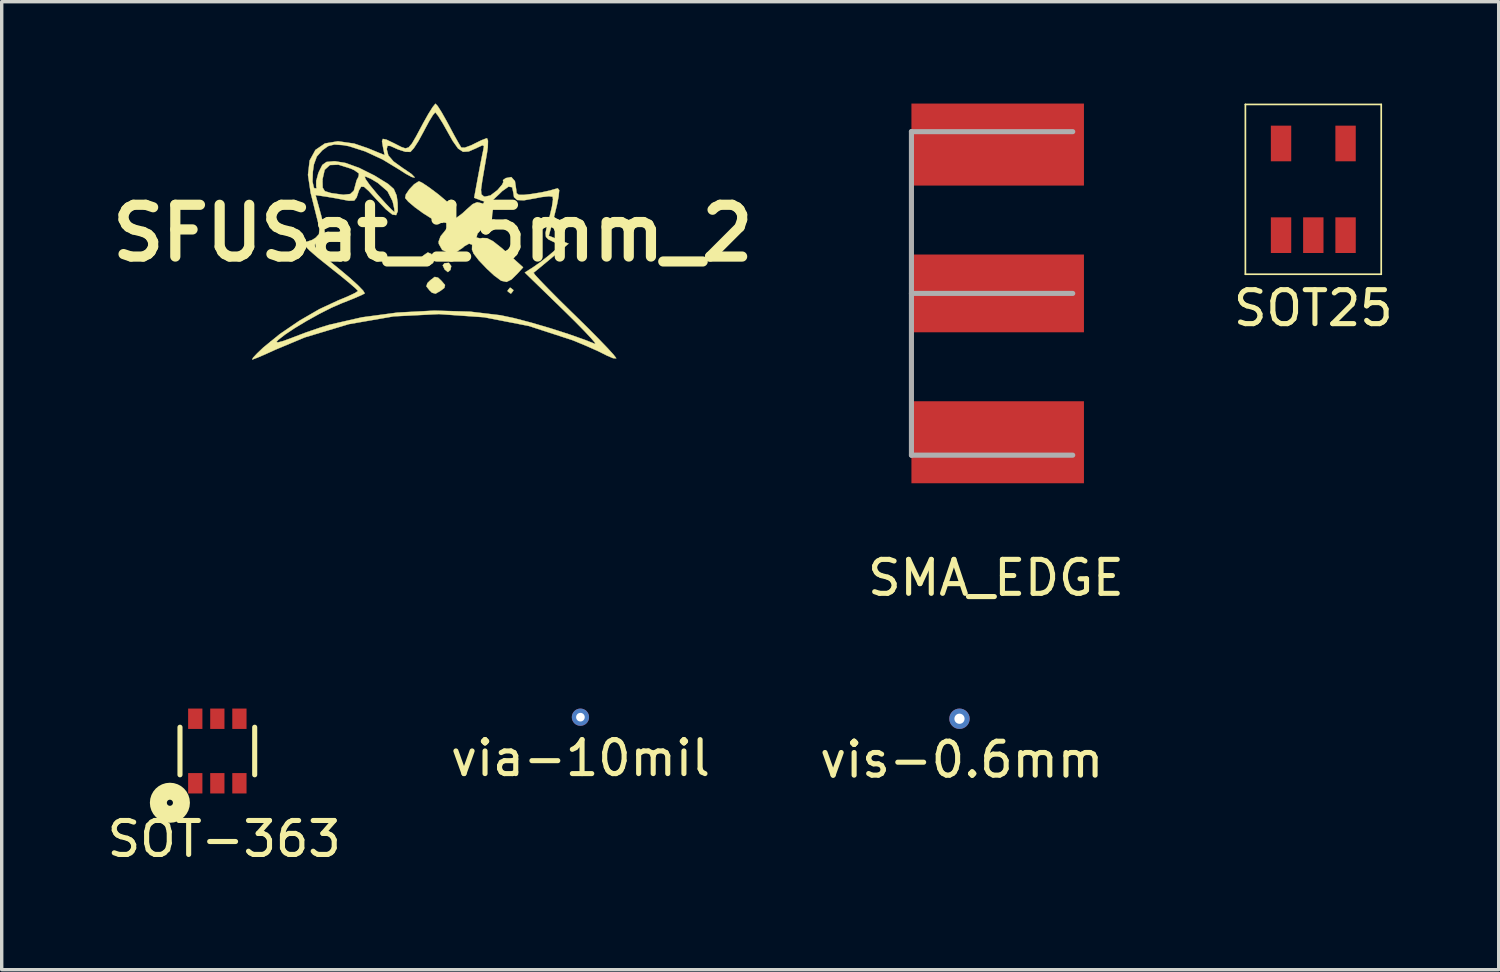
<source format=kicad_pcb>
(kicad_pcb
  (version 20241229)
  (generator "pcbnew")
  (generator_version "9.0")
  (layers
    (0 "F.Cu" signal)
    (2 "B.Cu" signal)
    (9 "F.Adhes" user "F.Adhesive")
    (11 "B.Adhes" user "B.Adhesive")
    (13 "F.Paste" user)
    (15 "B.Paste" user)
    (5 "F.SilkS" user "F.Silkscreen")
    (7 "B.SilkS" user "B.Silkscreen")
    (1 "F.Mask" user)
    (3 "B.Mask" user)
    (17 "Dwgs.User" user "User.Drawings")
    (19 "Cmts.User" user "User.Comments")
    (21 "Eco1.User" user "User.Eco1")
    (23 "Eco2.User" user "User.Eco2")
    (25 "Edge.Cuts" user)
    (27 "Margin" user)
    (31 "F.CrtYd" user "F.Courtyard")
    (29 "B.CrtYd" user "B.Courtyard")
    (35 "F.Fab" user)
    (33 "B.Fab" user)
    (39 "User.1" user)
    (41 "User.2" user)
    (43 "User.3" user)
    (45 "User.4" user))
  (footprint "vis-0.6mm"
    (layer "F.Cu")
    (at 25.204 18.115)
    (property "Reference" "vis-0.6mm" (at 0.064 1.206 0) (layer "F.SilkS") (effects (font (size 1 1) (thickness 0.15))))
    (attr through_hole)
    (pad "1" thru_hole circle (at 0 0) (size 0.6 0.6) (drill 0.3) (layers "*.Cu")))
  (footprint "SOT25"
    (layer "F.Cu")
    (at 35.623 2.525)
    (property "Reference" "SOT25" (at 0 3.5 0) (layer "F.SilkS") (effects (font (size 1 1) (thickness 0.15))))
    (attr through_hole)
    (fp_line (start -2 -2.5) (end -2 2.5) (stroke (width 0.05) (type solid)) (layer "F.SilkS"))
    (fp_line (start -2 -2.5) (end 2 -2.5) (stroke (width 0.05) (type solid)) (layer "F.SilkS"))
    (fp_line (start -2 2.5) (end 2 2.5) (stroke (width 0.05) (type solid)) (layer "F.SilkS"))
    (fp_line (start 2 2.5) (end 2 -2.5) (stroke (width 0.05) (type solid)) (layer "F.SilkS"))
    (pad "1" smd rect (at -0.95 1.35) (size 0.6 1.05) (layers "F.Cu" "F.Mask" "F.Paste"))
    (pad "2" smd rect (at 0 1.35) (size 0.6 1.05) (layers "F.Cu" "F.Mask" "F.Paste"))
    (pad "3" smd rect (at 0.95 1.35) (size 0.6 1.05) (layers "F.Cu" "F.Mask" "F.Paste"))
    (pad "4" smd rect (at 0.95 -1.35) (size 0.6 1.05) (layers "F.Cu" "F.Mask" "F.Paste"))
    (pad "5" smd rect (at -0.95 -1.35) (size 0.6 1.05) (layers "F.Cu" "F.Mask" "F.Paste")))
  (footprint "SMA_EDGE"
    (layer "F.Cu")
    (at 23.789 5.59)
    (property "Reference" "SMA_EDGE" (at 2.489 8.377 0) (layer "F.SilkS") (effects (font (size 1 1) (thickness 0.15))))
    (attr through_hole)
    (fp_line (start 0 -4.765) (end 0 4.765) (stroke (width 0.15) (type solid)) (layer "F.Fab"))
    (fp_line (start 0 -4.763) (end 4.75 -4.763) (stroke (width 0.15) (type solid)) (layer "F.Fab"))
    (fp_line (start 0 0) (end 4.75 0) (stroke (width 0.15) (type solid)) (layer "F.Fab"))
    (fp_line (start 0 4.763) (end 4.75 4.763) (stroke (width 0.15) (type solid)) (layer "F.Fab"))
    (pad "1" smd rect (at 2.54 0) (size 5.08 2.29) (layers "F.Cu" "F.Mask" "F.Paste"))
    (pad "2" smd rect (at 2.54 -4.383) (size 5.08 2.415) (layers "F.Cu" "F.Mask" "F.Paste"))
    (pad "2" smd rect (at 2.54 4.383) (size 5.08 2.415) (layers "F.Cu" "F.Mask" "F.Paste")))
  (footprint "SFUSat_15mm_2"
    (layer "F.Cu")
    (at 9.696 3.815)
    (property "Reference" "SFUSat_15mm_2" (at 0 0 0) (layer "F.SilkS") (effects (font (size 1.524 1.524) (thickness 0.3))))
    (attr through_hole)
    (fp_poly (pts (xy 0.542 0.97) (xy 0.518 1.084) (xy 0.442 1.147) (xy 0.348 1.07) (xy 0.291 0.948) (xy 0.342 0.887) (xy 0.471 0.875) (xy 0.542 0.97)) (stroke (width 0.01) (type solid)) (fill yes) (layer "F.SilkS"))
    (fp_poly (pts (xy 2.368 1.673) (xy 2.371 1.693) (xy 2.306 1.776) (xy 2.286 1.778) (xy 2.204 1.714) (xy 2.201 1.693) (xy 2.266 1.611) (xy 2.286 1.609) (xy 2.368 1.673)) (stroke (width 0.01) (type solid)) (fill yes) (layer "F.SilkS"))
    (fp_poly (pts (xy -0.051 0.609) (xy -0.011 0.651) (xy 0.063 0.771) (xy -0.000404 0.881) (xy -0.011 0.891) (xy -0.131 0.963) (xy -0.268 0.901) (xy -0.274 0.896) (xy -0.375 0.803) (xy -0.344 0.72) (xy -0.274 0.655) (xy -0.148 0.569) (xy -0.051 0.609)) (stroke (width 0.01) (type solid)) (fill yes) (layer "F.SilkS"))
    (fp_poly (pts (xy 0.153 1.31) (xy 0.251 1.402) (xy 0.359 1.528) (xy 0.34 1.611) (xy 0.227 1.698) (xy 0.08 1.783) (xy -0.026 1.754) (xy -0.099 1.684) (xy -0.191 1.566) (xy -0.16 1.471) (xy -0.075 1.388) (xy 0.055 1.289) (xy 0.153 1.31)) (stroke (width 0.01) (type solid)) (fill yes) (layer "F.SilkS"))
    (fp_poly (pts (xy -0.302 -1.475) (xy -0.11 -1.346) (xy 0.135 -1.163) (xy 0.167 -1.138) (xy 0.437 -0.911) (xy 0.582 -0.746) (xy 0.621 -0.619) (xy 0.616 -0.587) (xy 0.608 -0.451) (xy 0.692 -0.449) (xy 0.871 -0.582) (xy 0.989 -0.692) (xy 1.172 -0.854) (xy 1.304 -0.91) (xy 1.442 -0.879) (xy 1.48 -0.863) (xy 1.653 -0.711) (xy 1.684 -0.502) (xy 1.572 -0.267) (xy 1.482 -0.169) (xy 1.314 0.017) (xy 1.284 0.129) (xy 1.39 0.155) (xy 1.46 0.143) (xy 1.597 0.149) (xy 1.773 0.239) (xy 2.017 0.431) (xy 2.155 0.552) (xy 2.659 1.008) (xy 2.494 1.189) (xy 2.318 1.364) (xy 2.17 1.437) (xy 2.013 1.402) (xy 1.809 1.252) (xy 1.589 1.048) (xy 1.355 0.803) (xy 1.201 0.604) (xy 1.151 0.479) (xy 1.153 0.471) (xy 1.157 0.341) (xy 1.066 0.31) (xy 0.926 0.387) (xy 0.887 0.425) (xy 0.682 0.562) (xy 0.461 0.581) (xy 0.275 0.494) (xy 0.175 0.315) (xy 0.169 0.25) (xy 0.228 0.091) (xy 0.337 -0.041) (xy 0.445 -0.188) (xy 0.437 -0.294) (xy 0.322 -0.315) (xy 0.277 -0.3) (xy 0.159 -0.327) (xy -0.044 -0.433) (xy -0.289 -0.588) (xy -0.53 -0.763) (xy -0.724 -0.928) (xy -0.816 -1.035) (xy -0.795 -1.139) (xy -0.691 -1.292) (xy -0.552 -1.438) (xy -0.425 -1.52) (xy -0.401 -1.524) (xy -0.302 -1.475)) (stroke (width 0.01) (type solid)) (fill yes) (layer "F.SilkS"))
    (fp_poly (pts (xy 0.144 -3.74) (xy 0.261 -3.555) (xy 0.411 -3.289) (xy 0.461 -3.196) (xy 0.617 -2.903) (xy 0.747 -2.67) (xy 0.828 -2.535) (xy 0.839 -2.52) (xy 0.941 -2.517) (xy 1.129 -2.586) (xy 1.209 -2.626) (xy 1.421 -2.731) (xy 1.571 -2.789) (xy 1.596 -2.794) (xy 1.624 -2.719) (xy 1.618 -2.527) (xy 1.596 -2.371) (xy 1.535 -2.011) (xy 1.47 -1.631) (xy 1.453 -1.53) (xy 1.418 -1.278) (xy 1.43 -1.144) (xy 1.497 -1.085) (xy 1.531 -1.074) (xy 1.696 -1.109) (xy 1.899 -1.264) (xy 1.914 -1.28) (xy 2.042 -1.431) (xy 2.081 -1.518) (xy 2.069 -1.527) (xy 2.066 -1.562) (xy 2.148 -1.621) (xy 2.311 -1.651) (xy 2.417 -1.531) (xy 2.454 -1.288) (xy 2.466 -1.178) (xy 2.529 -1.128) (xy 2.684 -1.127) (xy 2.9 -1.152) (xy 3.197 -1.2) (xy 3.453 -1.256) (xy 3.544 -1.284) (xy 3.678 -1.32) (xy 3.721 -1.265) (xy 3.703 -1.081) (xy 3.703 -1.081) (xy 3.655 -0.834) (xy 3.579 -0.52) (xy 3.537 -0.364) (xy 3.413 0.077) (xy 3.705 0.194) (xy 3.997 0.31) (xy 3.502 0.724) (xy 3.26 0.925) (xy 3.071 1.081) (xy 2.971 1.162) (xy 2.965 1.167) (xy 3.011 1.231) (xy 3.162 1.395) (xy 3.4 1.641) (xy 3.708 1.952) (xy 4.07 2.308) (xy 4.185 2.419) (xy 4.559 2.787) (xy 4.884 3.115) (xy 5.144 3.385) (xy 5.321 3.579) (xy 5.398 3.68) (xy 5.399 3.689) (xy 5.304 3.681) (xy 5.124 3.605) (xy 5.069 3.576) (xy 4.854 3.47) (xy 4.541 3.33) (xy 4.189 3.183) (xy 4.106 3.15) (xy 2.824 2.733) (xy 1.51 2.477) (xy 0.179 2.384) (xy -1.153 2.451) (xy -2.474 2.68) (xy -3.767 3.069) (xy -4.643 3.435) (xy -4.939 3.57) (xy -5.173 3.67) (xy -5.307 3.72) (xy -5.32 3.722) (xy -5.294 3.669) (xy -5.168 3.535) (xy -4.995 3.371) (xy -4.791 3.204) (xy -4.606 3.204) (xy -4.563 3.219) (xy -4.4 3.175) (xy -4.15 3.083) (xy -4.129 3.074) (xy -3.739 2.926) (xy -3.305 2.777) (xy -3.048 2.698) (xy -2.09 2.479) (xy -1.04 2.339) (xy 0.042 2.282) (xy 1.096 2.312) (xy 1.99 2.418) (xy 2.391 2.503) (xy 2.897 2.636) (xy 3.451 2.798) (xy 4.002 2.975) (xy 4.494 3.149) (xy 4.78 3.263) (xy 4.776 3.23) (xy 4.664 3.098) (xy 4.461 2.881) (xy 4.183 2.598) (xy 3.844 2.264) (xy 3.826 2.247) (xy 2.707 1.16) (xy 2.941 1.012) (xy 3.157 0.861) (xy 3.405 0.666) (xy 3.471 0.61) (xy 3.768 0.356) (xy 3.535 0.249) (xy 3.401 0.183) (xy 3.331 0.112) (xy 3.319 -0.004) (xy 3.36 -0.206) (xy 3.443 -0.509) (xy 3.508 -0.783) (xy 3.538 -0.988) (xy 3.528 -1.072) (xy 3.421 -1.086) (xy 3.204 -1.062) (xy 3.007 -1.024) (xy 2.68 -0.966) (xy 2.484 -0.975) (xy 2.39 -1.06) (xy 2.371 -1.185) (xy 2.336 -1.351) (xy 2.229 -1.369) (xy 2.045 -1.239) (xy 1.954 -1.15) (xy 1.772 -0.979) (xy 1.638 -0.916) (xy 1.493 -0.938) (xy 1.448 -0.954) (xy 1.216 -1.041) (xy 1.327 -1.643) (xy 1.389 -1.971) (xy 1.445 -2.256) (xy 1.483 -2.437) (xy 1.483 -2.438) (xy 1.505 -2.564) (xy 1.458 -2.586) (xy 1.304 -2.515) (xy 1.277 -2.501) (xy 1.056 -2.405) (xy 0.889 -2.395) (xy 0.743 -2.492) (xy 0.587 -2.712) (xy 0.446 -2.962) (xy 0.29 -3.239) (xy 0.16 -3.447) (xy 0.08 -3.549) (xy 0.07 -3.555) (xy 0.007 -3.485) (xy -0.106 -3.301) (xy -0.247 -3.039) (xy -0.269 -2.996) (xy -0.421 -2.717) (xy -0.559 -2.503) (xy -0.657 -2.395) (xy -0.664 -2.392) (xy -0.81 -2.396) (xy -1.023 -2.465) (xy -1.066 -2.484) (xy -1.254 -2.568) (xy -1.335 -2.571) (xy -1.354 -2.491) (xy -1.355 -2.46) (xy -1.31 -2.288) (xy -1.158 -2.112) (xy -0.877 -1.909) (xy -0.802 -1.861) (xy -0.625 -1.738) (xy -0.54 -1.65) (xy -0.54 -1.633) (xy -0.626 -1.655) (xy -0.804 -1.752) (xy -0.97 -1.86) (xy -1.474 -2.166) (xy -1.993 -2.407) (xy -2.47 -2.56) (xy -2.637 -2.591) (xy -2.902 -2.61) (xy -3.086 -2.561) (xy -3.255 -2.439) (xy -3.417 -2.256) (xy -3.503 -2.022) (xy -3.534 -1.805) (xy -3.543 -1.515) (xy -3.505 -1.344) (xy -3.482 -1.319) (xy -3.422 -1.321) (xy -3.435 -1.383) (xy -3.435 -1.535) (xy -3.429 -1.555) (xy -3.249 -1.555) (xy -3.244 -1.34) (xy -3.18 -1.236) (xy -3.014 -1.184) (xy -2.963 -1.174) (xy -2.633 -1.13) (xy -2.431 -1.153) (xy -2.328 -1.249) (xy -2.299 -1.355) (xy -2.244 -1.559) (xy -2.189 -1.662) (xy -2.007 -1.662) (xy -1.975 -1.583) (xy -1.854 -1.412) (xy -1.665 -1.182) (xy -1.601 -1.108) (xy -1.39 -0.874) (xy -1.226 -0.703) (xy -1.137 -0.623) (xy -1.129 -0.621) (xy -1.134 -0.709) (xy -1.175 -0.897) (xy -1.189 -0.947) (xy -1.335 -1.233) (xy -1.618 -1.477) (xy -1.825 -1.601) (xy -1.97 -1.663) (xy -2.007 -1.662) (xy -2.189 -1.662) (xy -2.186 -1.668) (xy -2.177 -1.757) (xy -2.311 -1.853) (xy -2.416 -1.901) (xy -2.779 -2.015) (xy -3.032 -2.005) (xy -3.185 -1.865) (xy -3.247 -1.593) (xy -3.249 -1.555) (xy -3.429 -1.555) (xy -3.375 -1.758) (xy -3.354 -1.81) (xy -3.254 -2.008) (xy -3.133 -2.096) (xy -2.922 -2.116) (xy -2.881 -2.117) (xy -2.565 -2.064) (xy -2.163 -1.918) (xy -1.717 -1.695) (xy -1.318 -1.449) (xy -1.15 -1.3) (xy -1.066 -1.106) (xy -1.037 -0.894) (xy -1.033 -0.648) (xy -1.081 -0.531) (xy -1.192 -0.547) (xy -1.378 -0.697) (xy -1.651 -0.982) (xy -1.663 -0.995) (xy -1.886 -1.239) (xy -2.025 -1.363) (xy -2.111 -1.368) (xy -2.176 -1.258) (xy -2.245 -1.048) (xy -2.316 -0.958) (xy -2.476 -0.954) (xy -2.562 -0.97) (xy -2.847 -1.025) (xy -3.145 -1.075) (xy -3.453 -1.12) (xy -3.283 -0.5) (xy -3.205 -0.177) (xy -3.174 0.049) (xy -3.193 0.147) (xy -3.195 0.148) (xy -3.327 0.217) (xy -3.426 0.284) (xy -3.476 0.339) (xy -3.469 0.409) (xy -3.387 0.516) (xy -3.213 0.678) (xy -2.93 0.915) (xy -2.757 1.056) (xy -2.452 1.312) (xy -2.21 1.531) (xy -2.054 1.692) (xy -2.005 1.773) (xy -2.007 1.776) (xy -2.114 1.831) (xy -2.336 1.927) (xy -2.628 2.043) (xy -2.69 2.067) (xy -2.992 2.199) (xy -3.346 2.379) (xy -3.716 2.585) (xy -4.065 2.795) (xy -4.355 2.988) (xy -4.551 3.142) (xy -4.606 3.204) (xy -4.791 3.204) (xy -4.506 2.972) (xy -3.931 2.58) (xy -3.337 2.236) (xy -2.795 1.984) (xy -2.512 1.867) (xy -2.303 1.768) (xy -2.207 1.707) (xy -2.205 1.701) (xy -2.269 1.633) (xy -2.441 1.483) (xy -2.695 1.273) (xy -3.005 1.027) (xy -3.009 1.024) (xy -3.386 0.723) (xy -3.635 0.507) (xy -3.769 0.366) (xy -3.797 0.285) (xy -3.732 0.253) (xy -3.704 0.251) (xy -3.555 0.201) (xy -3.448 0.134) (xy -3.354 0.03) (xy -3.34 -0.117) (xy -3.378 -0.308) (xy -3.444 -0.569) (xy -3.529 -0.91) (xy -3.598 -1.185) (xy -3.677 -1.715) (xy -3.628 -2.139) (xy -3.458 -2.45) (xy -3.177 -2.641) (xy -2.794 -2.705) (xy -2.316 -2.637) (xy -1.917 -2.501) (xy -1.42 -2.297) (xy -1.47 -2.546) (xy -1.497 -2.708) (xy -1.472 -2.775) (xy -1.363 -2.752) (xy -1.141 -2.645) (xy -1.086 -2.617) (xy -0.923 -2.534) (xy -0.808 -2.496) (xy -0.715 -2.523) (xy -0.617 -2.635) (xy -0.49 -2.853) (xy -0.307 -3.196) (xy -0.284 -3.239) (xy -0.132 -3.51) (xy -0.005 -3.712) (xy 0.072 -3.807) (xy 0.08 -3.81) (xy 0.144 -3.74)) (stroke (width 0.01) (type solid)) (fill yes) (layer "F.SilkS")))
  (footprint "SOT-363"
    (layer "F.Cu")
    (at 3.35 19.065)
    (property "Reference" "SOT-363" (at 0.203 2.591 0) (layer "F.SilkS") (effects (font (size 1 1) (thickness 0.15))))
    (attr through_hole)
    (fp_line (start -1.1 -0.7) (end -1.1 0.7) (stroke (width 0.15) (type solid)) (layer "F.SilkS"))
    (fp_line (start 1.1 -0.7) (end 1.1 0.7) (stroke (width 0.15) (type solid)) (layer "F.SilkS"))
    (fp_circle (center -1.397 1.524) (end -1.333 1.587) (stroke (width 0.5) (type solid)) (fill no) (layer "F.SilkS"))
    (pad "1" smd rect (at -0.65 0.95) (size 0.42 0.6) (layers "F.Cu" "F.Mask" "F.Paste"))
    (pad "2" smd rect (at 0 0.95) (size 0.42 0.6) (layers "F.Cu" "F.Mask" "F.Paste"))
    (pad "3" smd rect (at 0.65 0.95) (size 0.42 0.6) (layers "F.Cu" "F.Mask" "F.Paste"))
    (pad "4" smd rect (at 0.65 -0.95) (size 0.42 0.6) (layers "F.Cu" "F.Mask" "F.Paste"))
    (pad "5" smd rect (at 0 -0.95) (size 0.42 0.6) (layers "F.Cu" "F.Mask" "F.Paste"))
    (pad "6" smd rect (at -0.65 -0.95) (size 0.42 0.6) (layers "F.Cu" "F.Mask" "F.Paste")))
  (footprint "via-10mil"
    (layer "F.Cu")
    (at 14.042 18.069)
    (property "Reference" "via-10mil" (at 0 1.206 0) (layer "F.SilkS") (effects (font (size 1 1) (thickness 0.15))))
    (attr through_hole)
    (pad "1" thru_hole circle (at 0 0) (size 0.508 0.508) (drill 0.254) (layers "*.Cu")))
  (gr_rect
    (start -3 -3)
    (end 41.082 25.504)
    (stroke (width 0.1) (type default))
    (fill no)
    (layer "Edge.Cuts")))
</source>
